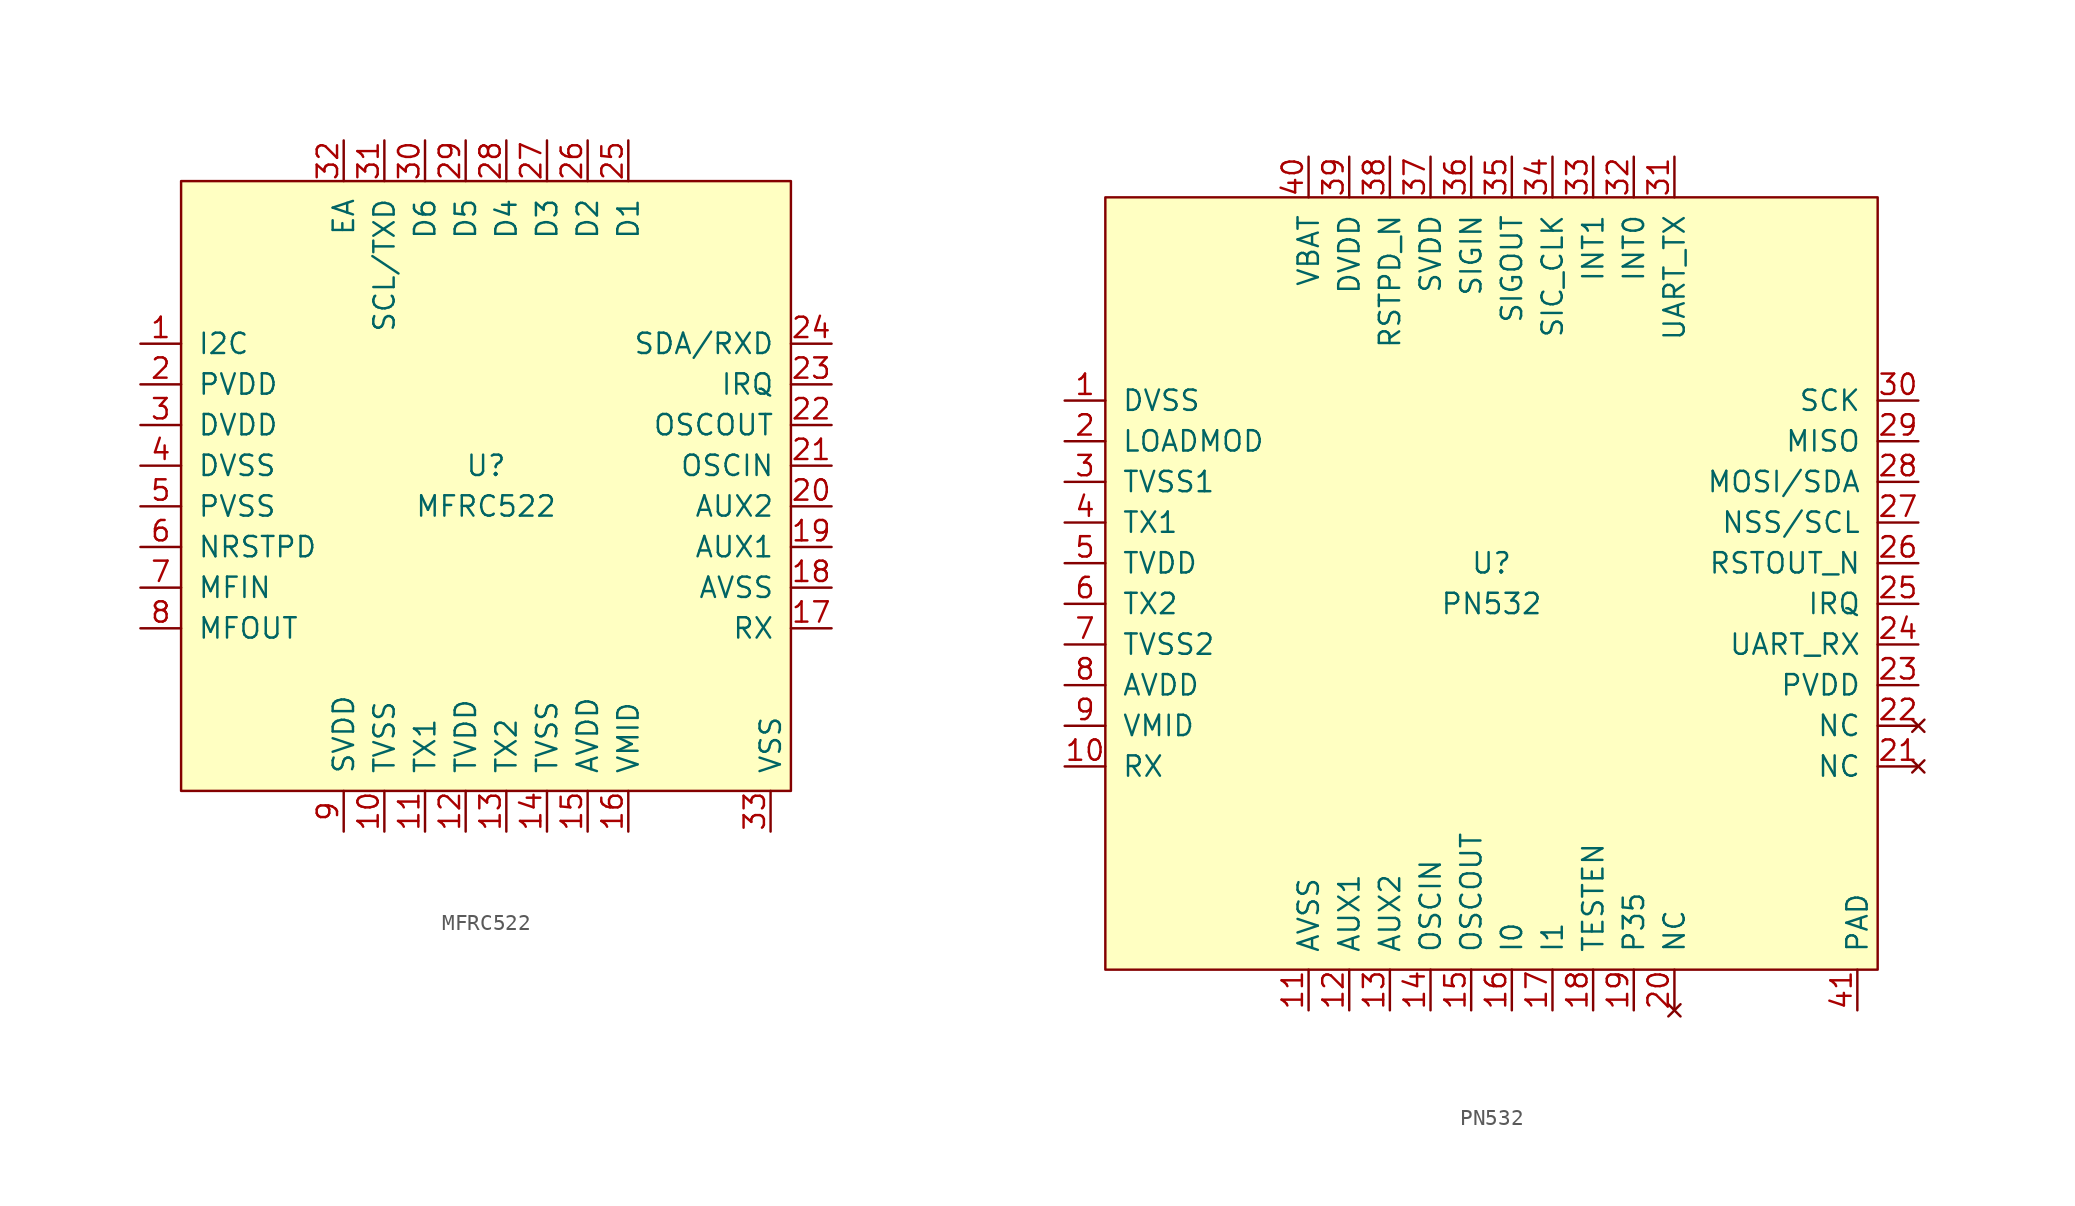
<source format=kicad_sym>
(kicad_symbol_lib
  (version 20211014)
  (generator kicad_symbol_editor)
  (symbol "MFRC522"
    (pin_names
      (offset 1.016))
    (property "Reference" "U"
      (at 0 1.27 0)
      (effects (font (size 1.27 1.27))))
    (property "Value" "MFRC522"
      (at 0 -1.27 0)
      (effects (font (size 1.27 1.27))))
    (symbol "MFRC522_0_1"
      (rectangle (start -19.05 -19.05) (end 19.05 19.05) (stroke (width 0) (type default) (color 0 0 0 0)) (fill (type background))))
    (symbol "MFRC522_1_1"
      (pin input line (at -21.59 8.89 0) (length 2.54) (name "I2C" (effects (font (size 1.27 1.27)))) (number "1" (effects (font (size 1.27 1.27)))))
      (pin power_in line (at -6.35 -21.59 90) (length 2.54) (name "TVSS" (effects (font (size 1.27 1.27)))) (number "10" (effects (font (size 1.27 1.27)))))
      (pin output line (at -3.81 -21.59 90) (length 2.54) (name "TX1" (effects (font (size 1.27 1.27)))) (number "11" (effects (font (size 1.27 1.27)))))
      (pin power_in line (at -1.27 -21.59 90) (length 2.54) (name "TVDD" (effects (font (size 1.27 1.27)))) (number "12" (effects (font (size 1.27 1.27)))))
      (pin output line (at 1.27 -21.59 90) (length 2.54) (name "TX2" (effects (font (size 1.27 1.27)))) (number "13" (effects (font (size 1.27 1.27)))))
      (pin power_in line (at 3.81 -21.59 90) (length 2.54) (name "TVSS" (effects (font (size 1.27 1.27)))) (number "14" (effects (font (size 1.27 1.27)))))
      (pin power_in line (at 6.35 -21.59 90) (length 2.54) (name "AVDD" (effects (font (size 1.27 1.27)))) (number "15" (effects (font (size 1.27 1.27)))))
      (pin power_out line (at 8.89 -21.59 90) (length 2.54) (name "VMID" (effects (font (size 1.27 1.27)))) (number "16" (effects (font (size 1.27 1.27)))))
      (pin input line (at 21.59 -8.89 180) (length 2.54) (name "RX" (effects (font (size 1.27 1.27)))) (number "17" (effects (font (size 1.27 1.27)))))
      (pin power_in line (at 21.59 -6.35 180) (length 2.54) (name "AVSS" (effects (font (size 1.27 1.27)))) (number "18" (effects (font (size 1.27 1.27)))))
      (pin output line (at 21.59 -3.81 180) (length 2.54) (name "AUX1" (effects (font (size 1.27 1.27)))) (number "19" (effects (font (size 1.27 1.27)))))
      (pin power_in line (at -21.59 6.35 0) (length 2.54) (name "PVDD" (effects (font (size 1.27 1.27)))) (number "2" (effects (font (size 1.27 1.27)))))
      (pin output line (at 21.59 -1.27 180) (length 2.54) (name "AUX2" (effects (font (size 1.27 1.27)))) (number "20" (effects (font (size 1.27 1.27)))))
      (pin input line (at 21.59 1.27 180) (length 2.54) (name "OSCIN" (effects (font (size 1.27 1.27)))) (number "21" (effects (font (size 1.27 1.27)))))
      (pin output line (at 21.59 3.81 180) (length 2.54) (name "OSCOUT" (effects (font (size 1.27 1.27)))) (number "22" (effects (font (size 1.27 1.27)))))
      (pin output line (at 21.59 6.35 180) (length 2.54) (name "IRQ" (effects (font (size 1.27 1.27)))) (number "23" (effects (font (size 1.27 1.27)))))
      (pin bidirectional line (at 21.59 8.89 180) (length 2.54) (name "SDA/RXD" (effects (font (size 1.27 1.27)))) (number "24" (effects (font (size 1.27 1.27)))))
      (pin bidirectional line (at 8.89 21.59 270) (length 2.54) (name "D1" (effects (font (size 1.27 1.27)))) (number "25" (effects (font (size 1.27 1.27)))))
      (pin bidirectional line (at 6.35 21.59 270) (length 2.54) (name "D2" (effects (font (size 1.27 1.27)))) (number "26" (effects (font (size 1.27 1.27)))))
      (pin bidirectional line (at 3.81 21.59 270) (length 2.54) (name "D3" (effects (font (size 1.27 1.27)))) (number "27" (effects (font (size 1.27 1.27)))))
      (pin bidirectional line (at 1.27 21.59 270) (length 2.54) (name "D4" (effects (font (size 1.27 1.27)))) (number "28" (effects (font (size 1.27 1.27)))))
      (pin bidirectional line (at -1.27 21.59 270) (length 2.54) (name "D5" (effects (font (size 1.27 1.27)))) (number "29" (effects (font (size 1.27 1.27)))))
      (pin power_in line (at -21.59 3.81 0) (length 2.54) (name "DVDD" (effects (font (size 1.27 1.27)))) (number "3" (effects (font (size 1.27 1.27)))))
      (pin bidirectional line (at -3.81 21.59 270) (length 2.54) (name "D6" (effects (font (size 1.27 1.27)))) (number "30" (effects (font (size 1.27 1.27)))))
      (pin bidirectional line (at -6.35 21.59 270) (length 2.54) (name "SCL/TXD" (effects (font (size 1.27 1.27)))) (number "31" (effects (font (size 1.27 1.27)))))
      (pin input line (at -8.89 21.59 270) (length 2.54) (name "EA" (effects (font (size 1.27 1.27)))) (number "32" (effects (font (size 1.27 1.27)))))
      (pin power_in line (at 17.78 -21.59 90) (length 2.54) (name "VSS" (effects (font (size 1.27 1.27)))) (number "33" (effects (font (size 1.27 1.27)))))
      (pin power_in line (at -21.59 1.27 0) (length 2.54) (name "DVSS" (effects (font (size 1.27 1.27)))) (number "4" (effects (font (size 1.27 1.27)))))
      (pin power_in line (at -21.59 -1.27 0) (length 2.54) (name "PVSS" (effects (font (size 1.27 1.27)))) (number "5" (effects (font (size 1.27 1.27)))))
      (pin input line (at -21.59 -3.81 0) (length 2.54) (name "NRSTPD" (effects (font (size 1.27 1.27)))) (number "6" (effects (font (size 1.27 1.27)))))
      (pin input line (at -21.59 -6.35 0) (length 2.54) (name "MFIN" (effects (font (size 1.27 1.27)))) (number "7" (effects (font (size 1.27 1.27)))))
      (pin output line (at -21.59 -8.89 0) (length 2.54) (name "MFOUT" (effects (font (size 1.27 1.27)))) (number "8" (effects (font (size 1.27 1.27)))))
      (pin power_in line (at -8.89 -21.59 90) (length 2.54) (name "SVDD" (effects (font (size 1.27 1.27)))) (number "9" (effects (font (size 1.27 1.27)))))))
  (symbol "PN532"
    (pin_names
      (offset 1.016))
    (property "Reference" "U"
      (at 0 1.27 0)
      (effects (font (size 1.27 1.27))))
    (property "Value" "PN532"
      (at 0 -1.27 0)
      (effects (font (size 1.27 1.27))))
    (symbol "PN532_0_1"
      (rectangle (start -24.13 -24.13) (end 24.13 24.13) (stroke (width 0) (type default) (color 0 0 0 0)) (fill (type background))))
    (symbol "PN532_1_1"
      (pin power_in line (at -26.67 11.43 0) (length 2.54) (name "DVSS" (effects (font (size 1.27 1.27)))) (number "1" (effects (font (size 1.27 1.27)))))
      (pin input line (at -26.67 -11.43 0) (length 2.54) (name "RX" (effects (font (size 1.27 1.27)))) (number "10" (effects (font (size 1.27 1.27)))))
      (pin power_in line (at -11.43 -26.67 90) (length 2.54) (name "AVSS" (effects (font (size 1.27 1.27)))) (number "11" (effects (font (size 1.27 1.27)))))
      (pin output line (at -8.89 -26.67 90) (length 2.54) (name "AUX1" (effects (font (size 1.27 1.27)))) (number "12" (effects (font (size 1.27 1.27)))))
      (pin output line (at -6.35 -26.67 90) (length 2.54) (name "AUX2" (effects (font (size 1.27 1.27)))) (number "13" (effects (font (size 1.27 1.27)))))
      (pin input line (at -3.81 -26.67 90) (length 2.54) (name "OSCIN" (effects (font (size 1.27 1.27)))) (number "14" (effects (font (size 1.27 1.27)))))
      (pin output line (at -1.27 -26.67 90) (length 2.54) (name "OSCOUT" (effects (font (size 1.27 1.27)))) (number "15" (effects (font (size 1.27 1.27)))))
      (pin input line (at 1.27 -26.67 90) (length 2.54) (name "I0" (effects (font (size 1.27 1.27)))) (number "16" (effects (font (size 1.27 1.27)))))
      (pin input line (at 3.81 -26.67 90) (length 2.54) (name "I1" (effects (font (size 1.27 1.27)))) (number "17" (effects (font (size 1.27 1.27)))))
      (pin input line (at 6.35 -26.67 90) (length 2.54) (name "TESTEN" (effects (font (size 1.27 1.27)))) (number "18" (effects (font (size 1.27 1.27)))))
      (pin bidirectional line (at 8.89 -26.67 90) (length 2.54) (name "P35" (effects (font (size 1.27 1.27)))) (number "19" (effects (font (size 1.27 1.27)))))
      (pin output line (at -26.67 8.89 0) (length 2.54) (name "LOADMOD" (effects (font (size 1.27 1.27)))) (number "2" (effects (font (size 1.27 1.27)))))
      (pin no_connect line (at 11.43 -26.67 90) (length 2.54) (name "NC" (effects (font (size 1.27 1.27)))) (number "20" (effects (font (size 1.27 1.27)))))
      (pin no_connect line (at 26.67 -11.43 180) (length 2.54) (name "NC" (effects (font (size 1.27 1.27)))) (number "21" (effects (font (size 1.27 1.27)))))
      (pin no_connect line (at 26.67 -8.89 180) (length 2.54) (name "NC" (effects (font (size 1.27 1.27)))) (number "22" (effects (font (size 1.27 1.27)))))
      (pin power_in line (at 26.67 -6.35 180) (length 2.54) (name "PVDD" (effects (font (size 1.27 1.27)))) (number "23" (effects (font (size 1.27 1.27)))))
      (pin bidirectional line (at 26.67 -3.81 180) (length 2.54) (name "UART_RX" (effects (font (size 1.27 1.27)))) (number "24" (effects (font (size 1.27 1.27)))))
      (pin bidirectional line (at 26.67 -1.27 180) (length 2.54) (name "IRQ" (effects (font (size 1.27 1.27)))) (number "25" (effects (font (size 1.27 1.27)))))
      (pin output line (at 26.67 1.27 180) (length 2.54) (name "RSTOUT_N" (effects (font (size 1.27 1.27)))) (number "26" (effects (font (size 1.27 1.27)))))
      (pin bidirectional line (at 26.67 3.81 180) (length 2.54) (name "NSS/SCL" (effects (font (size 1.27 1.27)))) (number "27" (effects (font (size 1.27 1.27)))))
      (pin bidirectional line (at 26.67 6.35 180) (length 2.54) (name "MOSI/SDA" (effects (font (size 1.27 1.27)))) (number "28" (effects (font (size 1.27 1.27)))))
      (pin bidirectional line (at 26.67 8.89 180) (length 2.54) (name "MISO" (effects (font (size 1.27 1.27)))) (number "29" (effects (font (size 1.27 1.27)))))
      (pin power_in line (at -26.67 6.35 0) (length 2.54) (name "TVSS1" (effects (font (size 1.27 1.27)))) (number "3" (effects (font (size 1.27 1.27)))))
      (pin bidirectional line (at 26.67 11.43 180) (length 2.54) (name "SCK" (effects (font (size 1.27 1.27)))) (number "30" (effects (font (size 1.27 1.27)))))
      (pin bidirectional line (at 11.43 26.67 270) (length 2.54) (name "UART_TX" (effects (font (size 1.27 1.27)))) (number "31" (effects (font (size 1.27 1.27)))))
      (pin bidirectional line (at 8.89 26.67 270) (length 2.54) (name "INT0" (effects (font (size 1.27 1.27)))) (number "32" (effects (font (size 1.27 1.27)))))
      (pin bidirectional line (at 6.35 26.67 270) (length 2.54) (name "INT1" (effects (font (size 1.27 1.27)))) (number "33" (effects (font (size 1.27 1.27)))))
      (pin bidirectional line (at 3.81 26.67 270) (length 2.54) (name "SIC_CLK" (effects (font (size 1.27 1.27)))) (number "34" (effects (font (size 1.27 1.27)))))
      (pin output line (at 1.27 26.67 270) (length 2.54) (name "SIGOUT" (effects (font (size 1.27 1.27)))) (number "35" (effects (font (size 1.27 1.27)))))
      (pin input line (at -1.27 26.67 270) (length 2.54) (name "SIGIN" (effects (font (size 1.27 1.27)))) (number "36" (effects (font (size 1.27 1.27)))))
      (pin power_in line (at -3.81 26.67 270) (length 2.54) (name "SVDD" (effects (font (size 1.27 1.27)))) (number "37" (effects (font (size 1.27 1.27)))))
      (pin input line (at -6.35 26.67 270) (length 2.54) (name "RSTPD_N" (effects (font (size 1.27 1.27)))) (number "38" (effects (font (size 1.27 1.27)))))
      (pin power_in line (at -8.89 26.67 270) (length 2.54) (name "DVDD" (effects (font (size 1.27 1.27)))) (number "39" (effects (font (size 1.27 1.27)))))
      (pin output line (at -26.67 3.81 0) (length 2.54) (name "TX1" (effects (font (size 1.27 1.27)))) (number "4" (effects (font (size 1.27 1.27)))))
      (pin power_in line (at -11.43 26.67 270) (length 2.54) (name "VBAT" (effects (font (size 1.27 1.27)))) (number "40" (effects (font (size 1.27 1.27)))))
      (pin power_in line (at 22.86 -26.67 90) (length 2.54) (name "PAD" (effects (font (size 1.27 1.27)))) (number "41" (effects (font (size 1.27 1.27)))))
      (pin power_in line (at -26.67 1.27 0) (length 2.54) (name "TVDD" (effects (font (size 1.27 1.27)))) (number "5" (effects (font (size 1.27 1.27)))))
      (pin output line (at -26.67 -1.27 0) (length 2.54) (name "TX2" (effects (font (size 1.27 1.27)))) (number "6" (effects (font (size 1.27 1.27)))))
      (pin power_in line (at -26.67 -3.81 0) (length 2.54) (name "TVSS2" (effects (font (size 1.27 1.27)))) (number "7" (effects (font (size 1.27 1.27)))))
      (pin power_in line (at -26.67 -6.35 0) (length 2.54) (name "AVDD" (effects (font (size 1.27 1.27)))) (number "8" (effects (font (size 1.27 1.27)))))
      (pin output line (at -26.67 -8.89 0) (length 2.54) (name "VMID" (effects (font (size 1.27 1.27)))) (number "9" (effects (font (size 1.27 1.27))))))))
</source>
